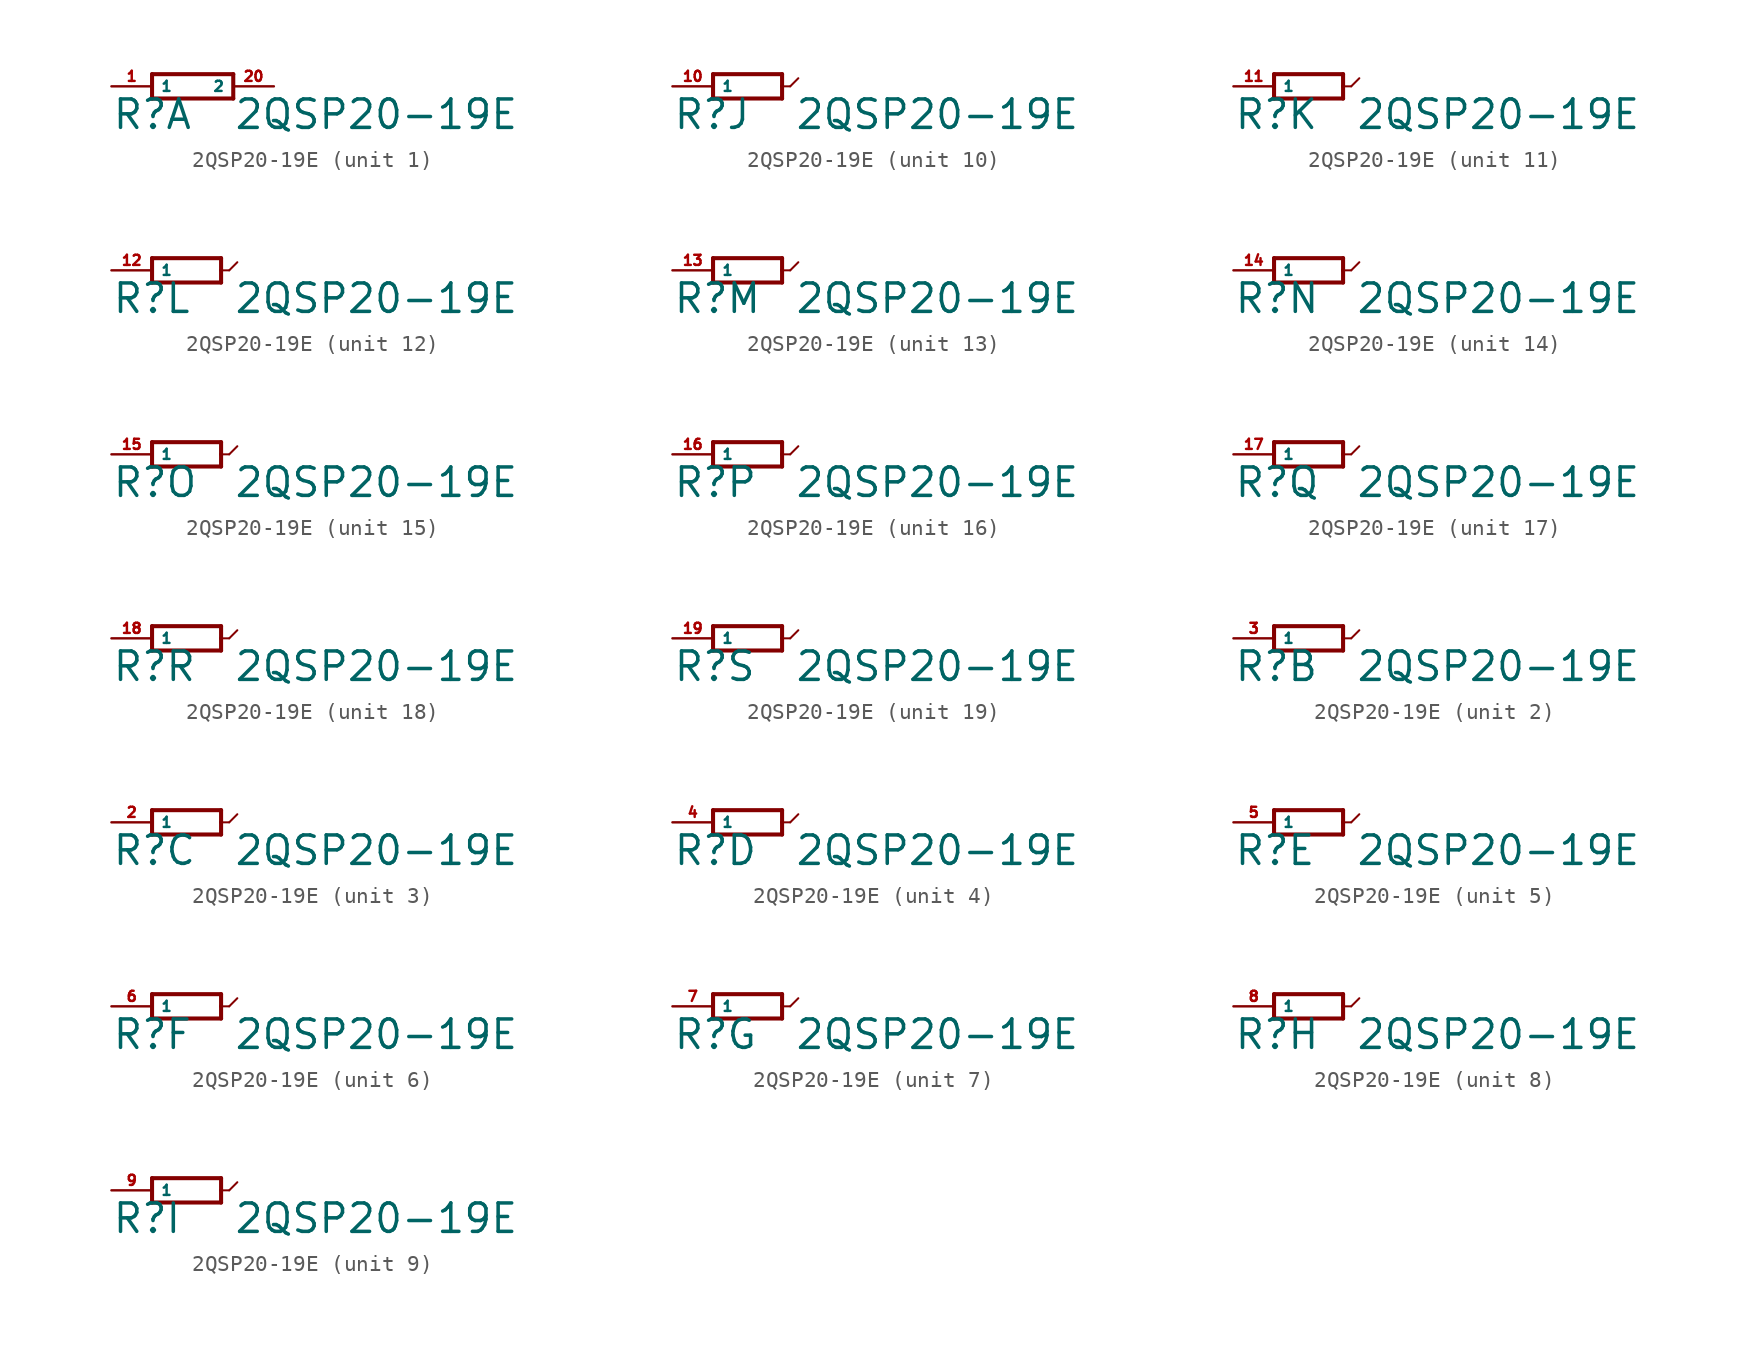
<source format=kicad_sym>
(kicad_symbol_lib
  (version 20220914)
  (generator Eagle2Kicad)
  (symbol "2QSP20-19E"
    (property "Reference" "R"
      (at -5.08 -2.794 0)
      (effects (font (size 1.778 1.778) (thickness 0.22)) (justify left bottom)))
    (property "Value" "2QSP20-19E"
      (at 2.54 -2.794 0)
      (effects (font (size 1.778 1.778) (thickness 0.22)) (justify left bottom)))
    (symbol "2QSP20-19E_1_0"
      (polyline (pts (xy -2.54 -0.762) (xy 2.54 -0.762)) (stroke (width 0.254) (type default)) (fill (type none)))
      (polyline (pts (xy 2.54 0.762) (xy -2.54 0.762)) (stroke (width 0.254) (type default)) (fill (type none)))
      (polyline (pts (xy 2.54 -0.762) (xy 2.54 0.762)) (stroke (width 0.254) (type default)) (fill (type none)))
      (polyline (pts (xy -2.54 0.762) (xy -2.54 -0.762)) (stroke (width 0.254) (type default)) (fill (type none)))
      (pin passive line (at -5.08 0 0) (length 2.54) (name "1" (effects (font (size 0.635 0.635) (thickness 0.08)) (justify left bottom))) (number "1" (effects (font (size 0.635 0.635) (thickness 0.08)) (justify left bottom))))
      (pin passive line (at 5.08 0 180) (length 2.54) (name "2" (effects (font (size 0.635 0.635) (thickness 0.08)) (justify left bottom))) (number "20" (effects (font (size 0.635 0.635) (thickness 0.08)) (justify left bottom)))))
    (symbol "2QSP20-19E_2_0"
      (polyline (pts (xy -2.54 -0.762) (xy 1.778 -0.762)) (stroke (width 0.254) (type default)) (fill (type none)))
      (polyline (pts (xy 1.778 0.762) (xy -2.54 0.762)) (stroke (width 0.254) (type default)) (fill (type none)))
      (polyline (pts (xy -2.54 0.762) (xy -2.54 -0.762)) (stroke (width 0.254) (type default)) (fill (type none)))
      (polyline (pts (xy 1.778 0.762) (xy 1.778 0)) (stroke (width 0.254) (type default)) (fill (type none)))
      (polyline (pts (xy 1.778 0) (xy 1.778 -0.762)) (stroke (width 0.254) (type default)) (fill (type none)))
      (polyline (pts (xy 1.778 0) (xy 2.286 0)) (stroke (width 0.127) (type default)) (fill (type none)))
      (polyline (pts (xy 2.286 0) (xy 2.794 0.508)) (stroke (width 0.127) (type default)) (fill (type none)))
      (pin passive line (at -5.08 0 0) (length 2.54) (name "1" (effects (font (size 0.635 0.635) (thickness 0.08)) (justify left bottom))) (number "3" (effects (font (size 0.635 0.635) (thickness 0.08)) (justify left bottom)))))
    (symbol "2QSP20-19E_3_0"
      (polyline (pts (xy -2.54 -0.762) (xy 1.778 -0.762)) (stroke (width 0.254) (type default)) (fill (type none)))
      (polyline (pts (xy 1.778 0.762) (xy -2.54 0.762)) (stroke (width 0.254) (type default)) (fill (type none)))
      (polyline (pts (xy -2.54 0.762) (xy -2.54 -0.762)) (stroke (width 0.254) (type default)) (fill (type none)))
      (polyline (pts (xy 1.778 0.762) (xy 1.778 0)) (stroke (width 0.254) (type default)) (fill (type none)))
      (polyline (pts (xy 1.778 0) (xy 1.778 -0.762)) (stroke (width 0.254) (type default)) (fill (type none)))
      (polyline (pts (xy 1.778 0) (xy 2.286 0)) (stroke (width 0.127) (type default)) (fill (type none)))
      (polyline (pts (xy 2.286 0) (xy 2.794 0.508)) (stroke (width 0.127) (type default)) (fill (type none)))
      (pin passive line (at -5.08 0 0) (length 2.54) (name "1" (effects (font (size 0.635 0.635) (thickness 0.08)) (justify left bottom))) (number "2" (effects (font (size 0.635 0.635) (thickness 0.08)) (justify left bottom)))))
    (symbol "2QSP20-19E_4_0"
      (polyline (pts (xy -2.54 -0.762) (xy 1.778 -0.762)) (stroke (width 0.254) (type default)) (fill (type none)))
      (polyline (pts (xy 1.778 0.762) (xy -2.54 0.762)) (stroke (width 0.254) (type default)) (fill (type none)))
      (polyline (pts (xy -2.54 0.762) (xy -2.54 -0.762)) (stroke (width 0.254) (type default)) (fill (type none)))
      (polyline (pts (xy 1.778 0.762) (xy 1.778 0)) (stroke (width 0.254) (type default)) (fill (type none)))
      (polyline (pts (xy 1.778 0) (xy 1.778 -0.762)) (stroke (width 0.254) (type default)) (fill (type none)))
      (polyline (pts (xy 1.778 0) (xy 2.286 0)) (stroke (width 0.127) (type default)) (fill (type none)))
      (polyline (pts (xy 2.286 0) (xy 2.794 0.508)) (stroke (width 0.127) (type default)) (fill (type none)))
      (pin passive line (at -5.08 0 0) (length 2.54) (name "1" (effects (font (size 0.635 0.635) (thickness 0.08)) (justify left bottom))) (number "4" (effects (font (size 0.635 0.635) (thickness 0.08)) (justify left bottom)))))
    (symbol "2QSP20-19E_5_0"
      (polyline (pts (xy -2.54 -0.762) (xy 1.778 -0.762)) (stroke (width 0.254) (type default)) (fill (type none)))
      (polyline (pts (xy 1.778 0.762) (xy -2.54 0.762)) (stroke (width 0.254) (type default)) (fill (type none)))
      (polyline (pts (xy -2.54 0.762) (xy -2.54 -0.762)) (stroke (width 0.254) (type default)) (fill (type none)))
      (polyline (pts (xy 1.778 0.762) (xy 1.778 0)) (stroke (width 0.254) (type default)) (fill (type none)))
      (polyline (pts (xy 1.778 0) (xy 1.778 -0.762)) (stroke (width 0.254) (type default)) (fill (type none)))
      (polyline (pts (xy 1.778 0) (xy 2.286 0)) (stroke (width 0.127) (type default)) (fill (type none)))
      (polyline (pts (xy 2.286 0) (xy 2.794 0.508)) (stroke (width 0.127) (type default)) (fill (type none)))
      (pin passive line (at -5.08 0 0) (length 2.54) (name "1" (effects (font (size 0.635 0.635) (thickness 0.08)) (justify left bottom))) (number "5" (effects (font (size 0.635 0.635) (thickness 0.08)) (justify left bottom)))))
    (symbol "2QSP20-19E_6_0"
      (polyline (pts (xy -2.54 -0.762) (xy 1.778 -0.762)) (stroke (width 0.254) (type default)) (fill (type none)))
      (polyline (pts (xy 1.778 0.762) (xy -2.54 0.762)) (stroke (width 0.254) (type default)) (fill (type none)))
      (polyline (pts (xy -2.54 0.762) (xy -2.54 -0.762)) (stroke (width 0.254) (type default)) (fill (type none)))
      (polyline (pts (xy 1.778 0.762) (xy 1.778 0)) (stroke (width 0.254) (type default)) (fill (type none)))
      (polyline (pts (xy 1.778 0) (xy 1.778 -0.762)) (stroke (width 0.254) (type default)) (fill (type none)))
      (polyline (pts (xy 1.778 0) (xy 2.286 0)) (stroke (width 0.127) (type default)) (fill (type none)))
      (polyline (pts (xy 2.286 0) (xy 2.794 0.508)) (stroke (width 0.127) (type default)) (fill (type none)))
      (pin passive line (at -5.08 0 0) (length 2.54) (name "1" (effects (font (size 0.635 0.635) (thickness 0.08)) (justify left bottom))) (number "6" (effects (font (size 0.635 0.635) (thickness 0.08)) (justify left bottom)))))
    (symbol "2QSP20-19E_7_0"
      (polyline (pts (xy -2.54 -0.762) (xy 1.778 -0.762)) (stroke (width 0.254) (type default)) (fill (type none)))
      (polyline (pts (xy 1.778 0.762) (xy -2.54 0.762)) (stroke (width 0.254) (type default)) (fill (type none)))
      (polyline (pts (xy -2.54 0.762) (xy -2.54 -0.762)) (stroke (width 0.254) (type default)) (fill (type none)))
      (polyline (pts (xy 1.778 0.762) (xy 1.778 0)) (stroke (width 0.254) (type default)) (fill (type none)))
      (polyline (pts (xy 1.778 0) (xy 1.778 -0.762)) (stroke (width 0.254) (type default)) (fill (type none)))
      (polyline (pts (xy 1.778 0) (xy 2.286 0)) (stroke (width 0.127) (type default)) (fill (type none)))
      (polyline (pts (xy 2.286 0) (xy 2.794 0.508)) (stroke (width 0.127) (type default)) (fill (type none)))
      (pin passive line (at -5.08 0 0) (length 2.54) (name "1" (effects (font (size 0.635 0.635) (thickness 0.08)) (justify left bottom))) (number "7" (effects (font (size 0.635 0.635) (thickness 0.08)) (justify left bottom)))))
    (symbol "2QSP20-19E_8_0"
      (polyline (pts (xy -2.54 -0.762) (xy 1.778 -0.762)) (stroke (width 0.254) (type default)) (fill (type none)))
      (polyline (pts (xy 1.778 0.762) (xy -2.54 0.762)) (stroke (width 0.254) (type default)) (fill (type none)))
      (polyline (pts (xy -2.54 0.762) (xy -2.54 -0.762)) (stroke (width 0.254) (type default)) (fill (type none)))
      (polyline (pts (xy 1.778 0.762) (xy 1.778 0)) (stroke (width 0.254) (type default)) (fill (type none)))
      (polyline (pts (xy 1.778 0) (xy 1.778 -0.762)) (stroke (width 0.254) (type default)) (fill (type none)))
      (polyline (pts (xy 1.778 0) (xy 2.286 0)) (stroke (width 0.127) (type default)) (fill (type none)))
      (polyline (pts (xy 2.286 0) (xy 2.794 0.508)) (stroke (width 0.127) (type default)) (fill (type none)))
      (pin passive line (at -5.08 0 0) (length 2.54) (name "1" (effects (font (size 0.635 0.635) (thickness 0.08)) (justify left bottom))) (number "8" (effects (font (size 0.635 0.635) (thickness 0.08)) (justify left bottom)))))
    (symbol "2QSP20-19E_9_0"
      (polyline (pts (xy -2.54 -0.762) (xy 1.778 -0.762)) (stroke (width 0.254) (type default)) (fill (type none)))
      (polyline (pts (xy 1.778 0.762) (xy -2.54 0.762)) (stroke (width 0.254) (type default)) (fill (type none)))
      (polyline (pts (xy -2.54 0.762) (xy -2.54 -0.762)) (stroke (width 0.254) (type default)) (fill (type none)))
      (polyline (pts (xy 1.778 0.762) (xy 1.778 0)) (stroke (width 0.254) (type default)) (fill (type none)))
      (polyline (pts (xy 1.778 0) (xy 1.778 -0.762)) (stroke (width 0.254) (type default)) (fill (type none)))
      (polyline (pts (xy 1.778 0) (xy 2.286 0)) (stroke (width 0.127) (type default)) (fill (type none)))
      (polyline (pts (xy 2.286 0) (xy 2.794 0.508)) (stroke (width 0.127) (type default)) (fill (type none)))
      (pin passive line (at -5.08 0 0) (length 2.54) (name "1" (effects (font (size 0.635 0.635) (thickness 0.08)) (justify left bottom))) (number "9" (effects (font (size 0.635 0.635) (thickness 0.08)) (justify left bottom)))))
    (symbol "2QSP20-19E_10_0"
      (polyline (pts (xy -2.54 -0.762) (xy 1.778 -0.762)) (stroke (width 0.254) (type default)) (fill (type none)))
      (polyline (pts (xy 1.778 0.762) (xy -2.54 0.762)) (stroke (width 0.254) (type default)) (fill (type none)))
      (polyline (pts (xy -2.54 0.762) (xy -2.54 -0.762)) (stroke (width 0.254) (type default)) (fill (type none)))
      (polyline (pts (xy 1.778 0.762) (xy 1.778 0)) (stroke (width 0.254) (type default)) (fill (type none)))
      (polyline (pts (xy 1.778 0) (xy 1.778 -0.762)) (stroke (width 0.254) (type default)) (fill (type none)))
      (polyline (pts (xy 1.778 0) (xy 2.286 0)) (stroke (width 0.127) (type default)) (fill (type none)))
      (polyline (pts (xy 2.286 0) (xy 2.794 0.508)) (stroke (width 0.127) (type default)) (fill (type none)))
      (pin passive line (at -5.08 0 0) (length 2.54) (name "1" (effects (font (size 0.635 0.635) (thickness 0.08)) (justify left bottom))) (number "10" (effects (font (size 0.635 0.635) (thickness 0.08)) (justify left bottom)))))
    (symbol "2QSP20-19E_11_0"
      (polyline (pts (xy -2.54 -0.762) (xy 1.778 -0.762)) (stroke (width 0.254) (type default)) (fill (type none)))
      (polyline (pts (xy 1.778 0.762) (xy -2.54 0.762)) (stroke (width 0.254) (type default)) (fill (type none)))
      (polyline (pts (xy -2.54 0.762) (xy -2.54 -0.762)) (stroke (width 0.254) (type default)) (fill (type none)))
      (polyline (pts (xy 1.778 0.762) (xy 1.778 0)) (stroke (width 0.254) (type default)) (fill (type none)))
      (polyline (pts (xy 1.778 0) (xy 1.778 -0.762)) (stroke (width 0.254) (type default)) (fill (type none)))
      (polyline (pts (xy 1.778 0) (xy 2.286 0)) (stroke (width 0.127) (type default)) (fill (type none)))
      (polyline (pts (xy 2.286 0) (xy 2.794 0.508)) (stroke (width 0.127) (type default)) (fill (type none)))
      (pin passive line (at -5.08 0 0) (length 2.54) (name "1" (effects (font (size 0.635 0.635) (thickness 0.08)) (justify left bottom))) (number "11" (effects (font (size 0.635 0.635) (thickness 0.08)) (justify left bottom)))))
    (symbol "2QSP20-19E_12_0"
      (polyline (pts (xy -2.54 -0.762) (xy 1.778 -0.762)) (stroke (width 0.254) (type default)) (fill (type none)))
      (polyline (pts (xy 1.778 0.762) (xy -2.54 0.762)) (stroke (width 0.254) (type default)) (fill (type none)))
      (polyline (pts (xy -2.54 0.762) (xy -2.54 -0.762)) (stroke (width 0.254) (type default)) (fill (type none)))
      (polyline (pts (xy 1.778 0.762) (xy 1.778 0)) (stroke (width 0.254) (type default)) (fill (type none)))
      (polyline (pts (xy 1.778 0) (xy 1.778 -0.762)) (stroke (width 0.254) (type default)) (fill (type none)))
      (polyline (pts (xy 1.778 0) (xy 2.286 0)) (stroke (width 0.127) (type default)) (fill (type none)))
      (polyline (pts (xy 2.286 0) (xy 2.794 0.508)) (stroke (width 0.127) (type default)) (fill (type none)))
      (pin passive line (at -5.08 0 0) (length 2.54) (name "1" (effects (font (size 0.635 0.635) (thickness 0.08)) (justify left bottom))) (number "12" (effects (font (size 0.635 0.635) (thickness 0.08)) (justify left bottom)))))
    (symbol "2QSP20-19E_13_0"
      (polyline (pts (xy -2.54 -0.762) (xy 1.778 -0.762)) (stroke (width 0.254) (type default)) (fill (type none)))
      (polyline (pts (xy 1.778 0.762) (xy -2.54 0.762)) (stroke (width 0.254) (type default)) (fill (type none)))
      (polyline (pts (xy -2.54 0.762) (xy -2.54 -0.762)) (stroke (width 0.254) (type default)) (fill (type none)))
      (polyline (pts (xy 1.778 0.762) (xy 1.778 0)) (stroke (width 0.254) (type default)) (fill (type none)))
      (polyline (pts (xy 1.778 0) (xy 1.778 -0.762)) (stroke (width 0.254) (type default)) (fill (type none)))
      (polyline (pts (xy 1.778 0) (xy 2.286 0)) (stroke (width 0.127) (type default)) (fill (type none)))
      (polyline (pts (xy 2.286 0) (xy 2.794 0.508)) (stroke (width 0.127) (type default)) (fill (type none)))
      (pin passive line (at -5.08 0 0) (length 2.54) (name "1" (effects (font (size 0.635 0.635) (thickness 0.08)) (justify left bottom))) (number "13" (effects (font (size 0.635 0.635) (thickness 0.08)) (justify left bottom)))))
    (symbol "2QSP20-19E_14_0"
      (polyline (pts (xy -2.54 -0.762) (xy 1.778 -0.762)) (stroke (width 0.254) (type default)) (fill (type none)))
      (polyline (pts (xy 1.778 0.762) (xy -2.54 0.762)) (stroke (width 0.254) (type default)) (fill (type none)))
      (polyline (pts (xy -2.54 0.762) (xy -2.54 -0.762)) (stroke (width 0.254) (type default)) (fill (type none)))
      (polyline (pts (xy 1.778 0.762) (xy 1.778 0)) (stroke (width 0.254) (type default)) (fill (type none)))
      (polyline (pts (xy 1.778 0) (xy 1.778 -0.762)) (stroke (width 0.254) (type default)) (fill (type none)))
      (polyline (pts (xy 1.778 0) (xy 2.286 0)) (stroke (width 0.127) (type default)) (fill (type none)))
      (polyline (pts (xy 2.286 0) (xy 2.794 0.508)) (stroke (width 0.127) (type default)) (fill (type none)))
      (pin passive line (at -5.08 0 0) (length 2.54) (name "1" (effects (font (size 0.635 0.635) (thickness 0.08)) (justify left bottom))) (number "14" (effects (font (size 0.635 0.635) (thickness 0.08)) (justify left bottom)))))
    (symbol "2QSP20-19E_15_0"
      (polyline (pts (xy -2.54 -0.762) (xy 1.778 -0.762)) (stroke (width 0.254) (type default)) (fill (type none)))
      (polyline (pts (xy 1.778 0.762) (xy -2.54 0.762)) (stroke (width 0.254) (type default)) (fill (type none)))
      (polyline (pts (xy -2.54 0.762) (xy -2.54 -0.762)) (stroke (width 0.254) (type default)) (fill (type none)))
      (polyline (pts (xy 1.778 0.762) (xy 1.778 0)) (stroke (width 0.254) (type default)) (fill (type none)))
      (polyline (pts (xy 1.778 0) (xy 1.778 -0.762)) (stroke (width 0.254) (type default)) (fill (type none)))
      (polyline (pts (xy 1.778 0) (xy 2.286 0)) (stroke (width 0.127) (type default)) (fill (type none)))
      (polyline (pts (xy 2.286 0) (xy 2.794 0.508)) (stroke (width 0.127) (type default)) (fill (type none)))
      (pin passive line (at -5.08 0 0) (length 2.54) (name "1" (effects (font (size 0.635 0.635) (thickness 0.08)) (justify left bottom))) (number "15" (effects (font (size 0.635 0.635) (thickness 0.08)) (justify left bottom)))))
    (symbol "2QSP20-19E_16_0"
      (polyline (pts (xy -2.54 -0.762) (xy 1.778 -0.762)) (stroke (width 0.254) (type default)) (fill (type none)))
      (polyline (pts (xy 1.778 0.762) (xy -2.54 0.762)) (stroke (width 0.254) (type default)) (fill (type none)))
      (polyline (pts (xy -2.54 0.762) (xy -2.54 -0.762)) (stroke (width 0.254) (type default)) (fill (type none)))
      (polyline (pts (xy 1.778 0.762) (xy 1.778 0)) (stroke (width 0.254) (type default)) (fill (type none)))
      (polyline (pts (xy 1.778 0) (xy 1.778 -0.762)) (stroke (width 0.254) (type default)) (fill (type none)))
      (polyline (pts (xy 1.778 0) (xy 2.286 0)) (stroke (width 0.127) (type default)) (fill (type none)))
      (polyline (pts (xy 2.286 0) (xy 2.794 0.508)) (stroke (width 0.127) (type default)) (fill (type none)))
      (pin passive line (at -5.08 0 0) (length 2.54) (name "1" (effects (font (size 0.635 0.635) (thickness 0.08)) (justify left bottom))) (number "16" (effects (font (size 0.635 0.635) (thickness 0.08)) (justify left bottom)))))
    (symbol "2QSP20-19E_17_0"
      (polyline (pts (xy -2.54 -0.762) (xy 1.778 -0.762)) (stroke (width 0.254) (type default)) (fill (type none)))
      (polyline (pts (xy 1.778 0.762) (xy -2.54 0.762)) (stroke (width 0.254) (type default)) (fill (type none)))
      (polyline (pts (xy -2.54 0.762) (xy -2.54 -0.762)) (stroke (width 0.254) (type default)) (fill (type none)))
      (polyline (pts (xy 1.778 0.762) (xy 1.778 0)) (stroke (width 0.254) (type default)) (fill (type none)))
      (polyline (pts (xy 1.778 0) (xy 1.778 -0.762)) (stroke (width 0.254) (type default)) (fill (type none)))
      (polyline (pts (xy 1.778 0) (xy 2.286 0)) (stroke (width 0.127) (type default)) (fill (type none)))
      (polyline (pts (xy 2.286 0) (xy 2.794 0.508)) (stroke (width 0.127) (type default)) (fill (type none)))
      (pin passive line (at -5.08 0 0) (length 2.54) (name "1" (effects (font (size 0.635 0.635) (thickness 0.08)) (justify left bottom))) (number "17" (effects (font (size 0.635 0.635) (thickness 0.08)) (justify left bottom)))))
    (symbol "2QSP20-19E_18_0"
      (polyline (pts (xy -2.54 -0.762) (xy 1.778 -0.762)) (stroke (width 0.254) (type default)) (fill (type none)))
      (polyline (pts (xy 1.778 0.762) (xy -2.54 0.762)) (stroke (width 0.254) (type default)) (fill (type none)))
      (polyline (pts (xy -2.54 0.762) (xy -2.54 -0.762)) (stroke (width 0.254) (type default)) (fill (type none)))
      (polyline (pts (xy 1.778 0.762) (xy 1.778 0)) (stroke (width 0.254) (type default)) (fill (type none)))
      (polyline (pts (xy 1.778 0) (xy 1.778 -0.762)) (stroke (width 0.254) (type default)) (fill (type none)))
      (polyline (pts (xy 1.778 0) (xy 2.286 0)) (stroke (width 0.127) (type default)) (fill (type none)))
      (polyline (pts (xy 2.286 0) (xy 2.794 0.508)) (stroke (width 0.127) (type default)) (fill (type none)))
      (pin passive line (at -5.08 0 0) (length 2.54) (name "1" (effects (font (size 0.635 0.635) (thickness 0.08)) (justify left bottom))) (number "18" (effects (font (size 0.635 0.635) (thickness 0.08)) (justify left bottom)))))
    (symbol "2QSP20-19E_19_0"
      (polyline (pts (xy -2.54 -0.762) (xy 1.778 -0.762)) (stroke (width 0.254) (type default)) (fill (type none)))
      (polyline (pts (xy 1.778 0.762) (xy -2.54 0.762)) (stroke (width 0.254) (type default)) (fill (type none)))
      (polyline (pts (xy -2.54 0.762) (xy -2.54 -0.762)) (stroke (width 0.254) (type default)) (fill (type none)))
      (polyline (pts (xy 1.778 0.762) (xy 1.778 0)) (stroke (width 0.254) (type default)) (fill (type none)))
      (polyline (pts (xy 1.778 0) (xy 1.778 -0.762)) (stroke (width 0.254) (type default)) (fill (type none)))
      (polyline (pts (xy 1.778 0) (xy 2.286 0)) (stroke (width 0.127) (type default)) (fill (type none)))
      (polyline (pts (xy 2.286 0) (xy 2.794 0.508)) (stroke (width 0.127) (type default)) (fill (type none)))
      (pin passive line (at -5.08 0 0) (length 2.54) (name "1" (effects (font (size 0.635 0.635) (thickness 0.08)) (justify left bottom))) (number "19" (effects (font (size 0.635 0.635) (thickness 0.08)) (justify left bottom)))))))
</source>
